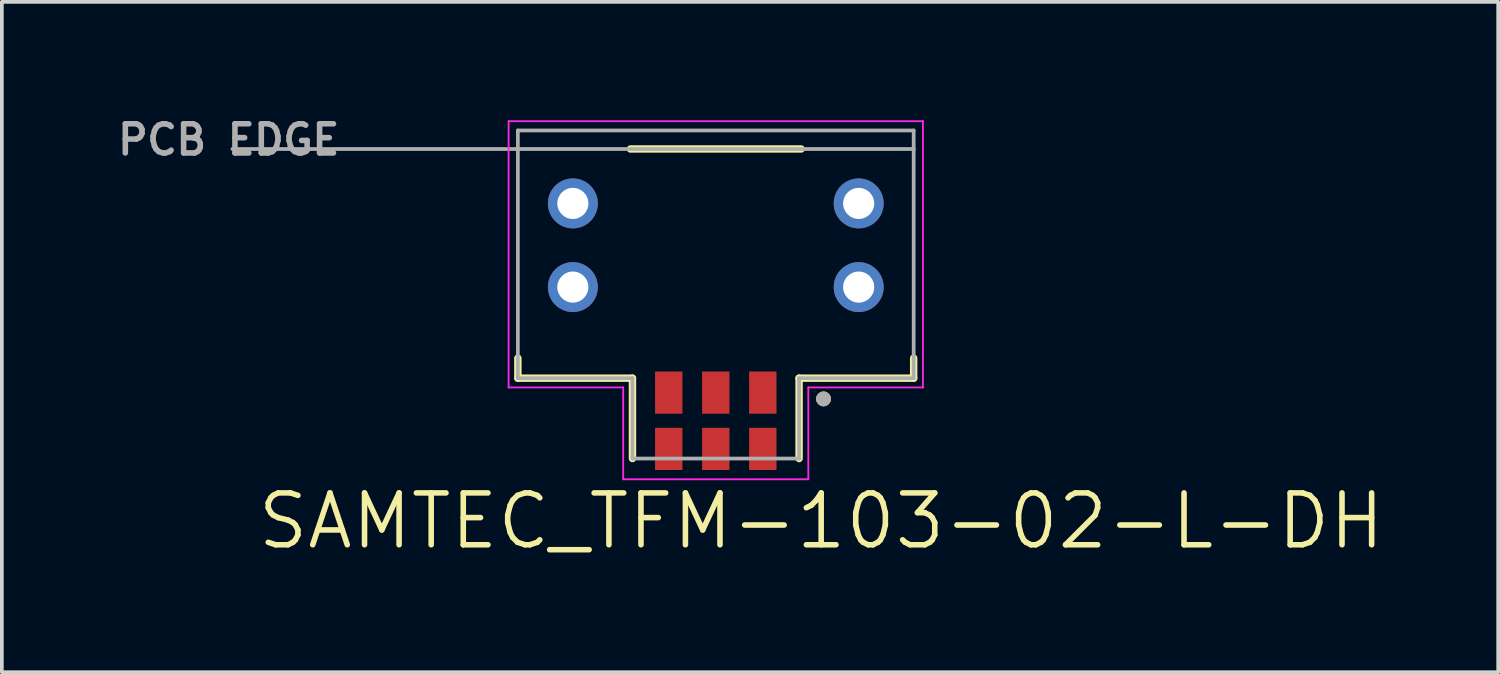
<source format=kicad_pcb>
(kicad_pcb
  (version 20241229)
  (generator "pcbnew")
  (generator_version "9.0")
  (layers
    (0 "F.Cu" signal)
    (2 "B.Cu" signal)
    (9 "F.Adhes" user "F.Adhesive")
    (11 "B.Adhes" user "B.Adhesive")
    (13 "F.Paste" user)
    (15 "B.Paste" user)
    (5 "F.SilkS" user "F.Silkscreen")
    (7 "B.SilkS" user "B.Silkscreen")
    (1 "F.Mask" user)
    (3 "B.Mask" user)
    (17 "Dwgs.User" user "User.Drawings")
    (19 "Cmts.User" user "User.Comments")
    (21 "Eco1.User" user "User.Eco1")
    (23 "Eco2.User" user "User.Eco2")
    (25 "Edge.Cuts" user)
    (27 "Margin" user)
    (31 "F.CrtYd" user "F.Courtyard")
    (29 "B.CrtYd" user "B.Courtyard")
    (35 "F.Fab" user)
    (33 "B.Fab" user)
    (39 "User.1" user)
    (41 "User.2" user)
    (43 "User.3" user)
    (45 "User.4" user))
  (footprint "SAMTEC_TFM-103-02-L-DH"
    (layer "F.Cu")
    (at 16.282 0.974)
    (property "Reference" "SAMTEC_TFM-103-02-L-DH" (at 2.847 10.049 0) (layer "F.SilkS") (effects (font (size 1.4 1.4) (thickness 0.15))))
    (attr smd)
    (fp_line (start -5.345 5.65) (end -5.345 6.19) (stroke (width 0.2) (type solid)) (layer "F.SilkS"))
    (fp_line (start -5.345 6.19) (end -2.25 6.19) (stroke (width 0.2) (type solid)) (layer "F.SilkS"))
    (fp_line (start -2.305 0) (end 2.305 0) (stroke (width 0.2) (type solid)) (layer "F.SilkS"))
    (fp_line (start -2.25 6.19) (end -2.25 8.36) (stroke (width 0.2) (type solid)) (layer "F.SilkS"))
    (fp_line (start 2.25 6.19) (end 2.25 8.36) (stroke (width 0.2) (type solid)) (layer "F.SilkS"))
    (fp_line (start 5.345 5.65) (end 5.345 6.19) (stroke (width 0.2) (type solid)) (layer "F.SilkS"))
    (fp_line (start 5.345 6.19) (end 2.25 6.19) (stroke (width 0.2) (type solid)) (layer "F.SilkS"))
    (fp_circle (center 2.91 6.75) (end 3.01 6.75) (stroke (width 0.2) (type solid)) (fill no) (layer "F.SilkS"))
    (fp_poly (pts (xy -5.24 0.12) (xy -2.78 0.12) (xy -2.78 2.41) (xy -5.24 2.41)) (stroke (width 0.01) (type solid)) (fill yes) (layer "F.Paste"))
    (fp_poly (pts (xy -5.24 2.79) (xy -2.78 2.79) (xy -2.78 5.25) (xy -5.24 5.25)) (stroke (width 0.01) (type solid)) (fill yes) (layer "F.Paste"))
    (fp_poly (pts (xy 2.78 0.12) (xy 5.24 0.12) (xy 5.24 2.41) (xy 2.78 2.41)) (stroke (width 0.01) (type solid)) (fill yes) (layer "F.Paste"))
    (fp_poly (pts (xy 2.78 2.79) (xy 5.24 2.79) (xy 5.24 5.25) (xy 2.78 5.25)) (stroke (width 0.01) (type solid)) (fill yes) (layer "F.Paste"))
    (fp_line (start -5.595 -0.75) (end 5.595 -0.75) (stroke (width 0.05) (type solid)) (layer "F.CrtYd"))
    (fp_line (start -5.595 6.44) (end -5.595 -0.75) (stroke (width 0.05) (type solid)) (layer "F.CrtYd"))
    (fp_line (start -2.5 6.44) (end -5.595 6.44) (stroke (width 0.05) (type solid)) (layer "F.CrtYd"))
    (fp_line (start -2.5 8.92) (end -2.5 6.44) (stroke (width 0.05) (type solid)) (layer "F.CrtYd"))
    (fp_line (start 2.5 6.44) (end 2.5 8.92) (stroke (width 0.05) (type solid)) (layer "F.CrtYd"))
    (fp_line (start 2.5 8.92) (end -2.5 8.92) (stroke (width 0.05) (type solid)) (layer "F.CrtYd"))
    (fp_line (start 5.595 -0.75) (end 5.595 6.44) (stroke (width 0.05) (type solid)) (layer "F.CrtYd"))
    (fp_line (start 5.595 6.44) (end 2.5 6.44) (stroke (width 0.05) (type solid)) (layer "F.CrtYd"))
    (fp_line (start -5.345 -0.5) (end 5.345 -0.5) (stroke (width 0.1) (type solid)) (layer "F.Fab"))
    (fp_line (start -5.345 6.19) (end -5.345 -0.5) (stroke (width 0.1) (type solid)) (layer "F.Fab"))
    (fp_line (start -2.25 6.19) (end -5.345 6.19) (stroke (width 0.1) (type solid)) (layer "F.Fab"))
    (fp_line (start -2.25 8.36) (end -2.25 6.19) (stroke (width 0.1) (type solid)) (layer "F.Fab"))
    (fp_line (start 2.25 6.19) (end 2.25 8.36) (stroke (width 0.1) (type solid)) (layer "F.Fab"))
    (fp_line (start 2.25 8.36) (end -2.25 8.36) (stroke (width 0.1) (type solid)) (layer "F.Fab"))
    (fp_line (start 5.345 -0.5) (end 5.345 0) (stroke (width 0.1) (type solid)) (layer "F.Fab"))
    (fp_line (start 5.345 0) (end -13.055 0) (stroke (width 0.1) (type solid)) (layer "F.Fab"))
    (fp_line (start 5.345 0) (end 5.345 6.19) (stroke (width 0.1) (type solid)) (layer "F.Fab"))
    (fp_line (start 5.345 6.19) (end 2.25 6.19) (stroke (width 0.1) (type solid)) (layer "F.Fab"))
    (fp_circle (center 2.91 6.75) (end 3.01 6.75) (stroke (width 0.2) (type solid)) (fill no) (layer "F.Fab"))
    (fp_text user "PCB EDGE" (at -13.155 -0.25 0) (layer "F.Fab") (effects (font (size 0.787 0.787) (thickness 0.15))))
    (pad "01" smd rect (at 1.27 6.58) (size 0.74 1.14) (layers "F.Cu" "F.Mask" "F.Paste"))
    (pad "02" smd rect (at 1.27 8.1) (size 0.74 1.14) (layers "F.Cu" "F.Mask" "F.Paste"))
    (pad "03" smd rect (at 0 6.58) (size 0.74 1.14) (layers "F.Cu" "F.Mask" "F.Paste"))
    (pad "04" smd rect (at 0 8.1) (size 0.74 1.14) (layers "F.Cu" "F.Mask" "F.Paste"))
    (pad "05" smd rect (at -1.27 6.58) (size 0.74 1.14) (layers "F.Cu" "F.Mask" "F.Paste"))
    (pad "06" smd rect (at -1.27 8.1) (size 0.74 1.14) (layers "F.Cu" "F.Mask" "F.Paste"))
    (pad "P1" thru_hole circle (at 3.86 1.47) (size 1.348 1.348) (drill 0.84) (layers "*.Cu" "*.Mask"))
    (pad "P2" thru_hole circle (at -3.86 1.47) (size 1.348 1.348) (drill 0.84) (layers "*.Cu" "*.Mask"))
    (pad "P3" thru_hole circle (at 3.86 3.73) (size 1.348 1.348) (drill 0.84) (layers "*.Cu" "*.Mask"))
    (pad "P4" thru_hole circle (at -3.86 3.73) (size 1.348 1.348) (drill 0.84) (layers "*.Cu" "*.Mask")))
  (gr_rect
    (start -3 -3)
    (end 37.414 15.105)
    (stroke (width 0.1) (type default))
    (fill no)
    (layer "Edge.Cuts")))
</source>
